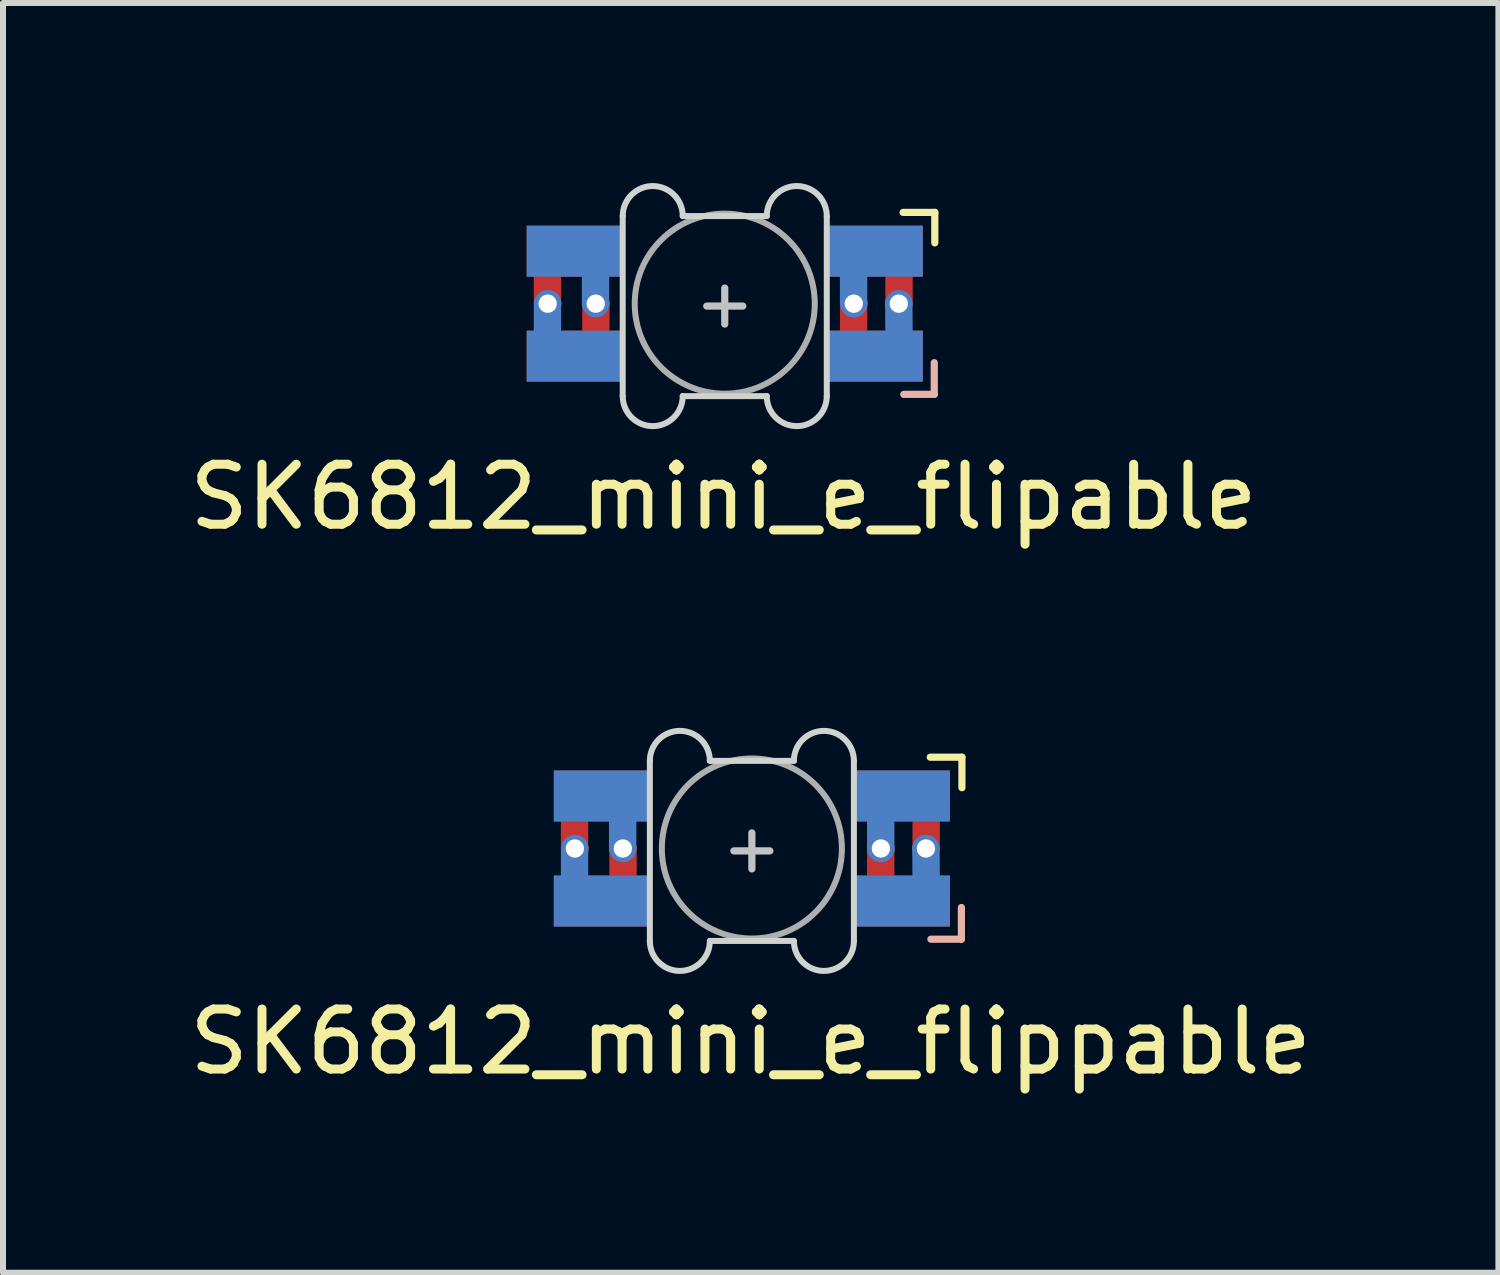
<source format=kicad_pcb>
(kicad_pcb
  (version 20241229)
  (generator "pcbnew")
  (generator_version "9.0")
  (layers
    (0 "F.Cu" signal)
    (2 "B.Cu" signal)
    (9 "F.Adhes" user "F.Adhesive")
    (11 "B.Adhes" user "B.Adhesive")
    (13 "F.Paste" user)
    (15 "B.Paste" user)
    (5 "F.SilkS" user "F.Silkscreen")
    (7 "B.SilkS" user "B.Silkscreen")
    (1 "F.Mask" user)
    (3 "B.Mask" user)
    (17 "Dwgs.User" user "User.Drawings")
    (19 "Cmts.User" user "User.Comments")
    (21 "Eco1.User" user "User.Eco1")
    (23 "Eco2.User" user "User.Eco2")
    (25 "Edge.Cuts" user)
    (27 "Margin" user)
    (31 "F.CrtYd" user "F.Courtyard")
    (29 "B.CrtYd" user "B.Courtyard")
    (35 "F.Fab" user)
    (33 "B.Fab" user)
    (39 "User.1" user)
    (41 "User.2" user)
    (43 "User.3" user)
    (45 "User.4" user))
  (footprint "SK6812_mini_e_flippable"
    (layer "F.Cu")
    (at 9.478 10.988)
    (property "Reference" "SK6812_mini_e_flippable" (at -0.02 3.32 0) (layer "F.SilkS") (effects (font (size 1 1) (thickness 0.15))))
    (attr through_hole)
    (fp_poly (pts (xy -3.25 -1.15) (xy -1.75 -1.15) (xy -1.75 -0.4) (xy -3.25 -0.4)) (stroke (width 0.1) (type solid)) (fill yes) (layer "F.Mask"))
    (fp_poly (pts (xy -3.25 0.6) (xy -1.75 0.6) (xy -1.75 1.35) (xy -3.25 1.35)) (stroke (width 0.1) (type solid)) (fill yes) (layer "F.Mask"))
    (fp_poly (pts (xy 1.75 -1.15) (xy 3.25 -1.15) (xy 3.25 -0.4) (xy 1.75 -0.4)) (stroke (width 0.1) (type solid)) (fill yes) (layer "F.Mask"))
    (fp_poly (pts (xy 1.75 0.6) (xy 3.25 0.6) (xy 3.25 1.35) (xy 1.75 1.35)) (stroke (width 0.1) (type solid)) (fill yes) (layer "F.Mask"))
    (fp_poly (pts (xy -3.25 -1.15) (xy -1.75 -1.15) (xy -1.75 -0.4) (xy -3.25 -0.4)) (stroke (width 0.1) (type solid)) (fill yes) (layer "B.Mask"))
    (fp_poly (pts (xy -3.25 0.6) (xy -1.75 0.6) (xy -1.75 1.35) (xy -3.25 1.35)) (stroke (width 0.1) (type solid)) (fill yes) (layer "B.Mask"))
    (fp_poly (pts (xy 1.75 -1.15) (xy 3.25 -1.15) (xy 3.25 -0.4) (xy 1.75 -0.4)) (stroke (width 0.1) (type solid)) (fill yes) (layer "B.Mask"))
    (fp_poly (pts (xy 1.75 0.6) (xy 3.25 0.6) (xy 3.25 1.35) (xy 1.75 1.35)) (stroke (width 0.1) (type solid)) (fill yes) (layer "B.Mask"))
    (fp_line (start 3.5 -1.421) (end 2.972 -1.421) (stroke (width 0.12) (type solid)) (layer "F.SilkS"))
    (fp_line (start 3.5 -0.913) (end 3.5 -1.421) (stroke (width 0.12) (type solid)) (layer "F.SilkS"))
    (fp_line (start 2.983 1.611) (end 3.491 1.611) (stroke (width 0.12) (type solid)) (layer "B.SilkS"))
    (fp_line (start 3.491 1.611) (end 3.491 1.083) (stroke (width 0.12) (type solid)) (layer "B.SilkS"))
    (fp_line (start -0.3 0.14) (end 0.3 0.14) (stroke (width 0.12) (type solid)) (layer "Dwgs.User"))
    (fp_line (start 0 0.44) (end 0 -0.16) (stroke (width 0.12) (type solid)) (layer "Dwgs.User"))
    (fp_line (start -1.7 -1.36) (end -1.7 1.64) (stroke (width 0.1) (type solid)) (layer "Edge.Cuts"))
    (fp_line (start -0.7 -1.36) (end 0.7 -1.36) (stroke (width 0.1) (type solid)) (layer "Edge.Cuts"))
    (fp_line (start -0.7 1.64) (end 0.7 1.64) (stroke (width 0.1) (type solid)) (layer "Edge.Cuts"))
    (fp_line (start 1.7 1.64) (end 1.7 -1.36) (stroke (width 0.1) (type solid)) (layer "Edge.Cuts"))
    (fp_arc (start -1.7 -1.36) (mid -1.2 -1.86) (end -0.7 -1.36) (stroke (width 0.1) (type solid)) (layer "Edge.Cuts"))
    (fp_arc (start -0.7 1.64) (mid -1.2 2.14) (end -1.7 1.64) (stroke (width 0.1) (type solid)) (layer "Edge.Cuts"))
    (fp_arc (start 0.7 -1.36) (mid 1.2 -1.86) (end 1.7 -1.36) (stroke (width 0.1) (type solid)) (layer "Edge.Cuts"))
    (fp_arc (start 1.7 1.64) (mid 1.2 2.14) (end 0.7 1.64) (stroke (width 0.1) (type solid)) (layer "Edge.Cuts"))
    (fp_circle (center 0 0.1) (end 0 -1.4) (stroke (width 0.1) (type solid)) (fill no) (layer "F.Fab"))
    (pad "1" smd custom (at -2.5 -0.775) (size 1.6 0.85) (layers "B.Cu") (options (anchor rect)) (primitives (gr_poly (pts (xy 0.525 0.896) (xy 0.169 0.896) (xy 0.169 0.325) (xy 0.525 0.325)) (width 0.1) (fill yes))))
    (pad "1" smd custom (at -2.5 0.975) (size 1.6 0.85) (layers "F.Cu") (options (anchor rect)) (primitives (gr_poly (pts (xy 0.531 -0.898) (xy 0.531 -0.275) (xy 0.175 -0.275) (xy 0.175 -0.898)) (width 0.1) (fill yes))))
    (pad "1" thru_hole circle (at -2.15 0.1 180) (size 0.457 0.457) (drill 0.305) (layers "*.Cu"))
    (pad "2" thru_hole circle (at -2.95 0.1 180) (size 0.457 0.457) (drill 0.305) (layers "*.Cu"))
    (pad "2" smd custom (at -2.5 -0.775 180) (size 1.6 0.85) (layers "F.Cu") (options (anchor rect)) (primitives (gr_poly (pts (xy 0.632 -0.869) (xy 0.632 -0.296) (xy 0.277 -0.296) (xy 0.277 -0.869)) (width 0.1) (fill yes))))
    (pad "2" smd custom (at -2.5 0.975 180) (size 1.6 0.85) (layers "B.Cu") (options (anchor rect)) (primitives (gr_poly (pts (xy 0.632 0.888) (xy 0.277 0.888) (xy 0.277 0.325) (xy 0.632 0.325)) (width 0.1) (fill yes))))
    (pad "3" smd custom (at 2.5 -0.775 180) (size 1.6 0.85) (layers "F.Cu") (options (anchor rect)) (primitives (gr_poly (pts (xy -0.226 -0.887) (xy -0.226 -0.354) (xy -0.582 -0.354) (xy -0.582 -0.887)) (width 0.1) (fill yes))))
    (pad "3" smd custom (at 2.5 0.975 180) (size 1.6 0.85) (layers "B.Cu") (options (anchor rect)) (primitives (gr_poly (pts (xy -0.222 0.888) (xy -0.578 0.888) (xy -0.582 0.325) (xy -0.226 0.325)) (width 0.1) (fill yes))))
    (pad "3" thru_hole circle (at 2.9 0.1 180) (size 0.457 0.457) (drill 0.305) (layers "*.Cu"))
    (pad "4" thru_hole circle (at 2.15 0.1 180) (size 0.457 0.457) (drill 0.305) (layers "*.Cu"))
    (pad "4" smd custom (at 2.5 -0.775) (size 1.6 0.85) (layers "B.Cu") (options (anchor rect)) (primitives (gr_poly (pts (xy -0.175 0.886) (xy -0.531 0.886) (xy -0.531 0.175) (xy -0.175 0.175)) (width 0.1) (fill yes))))
    (pad "4" smd custom (at 2.5 0.975) (size 1.6 0.85) (layers "F.Cu") (options (anchor rect)) (primitives (gr_poly (pts (xy -0.175 -0.906) (xy -0.175 -0.175) (xy -0.531 -0.178) (xy -0.531 -0.903)) (width 0.1) (fill yes)))))
  (footprint "SK6812_mini_e_flipable"
    (layer "F.Cu")
    (at 9.026 1.91)
    (property "Reference" "SK6812_mini_e_flipable" (at -0.02 3.32 0) (layer "F.SilkS") (effects (font (size 1 1) (thickness 0.15))))
    (attr through_hole)
    (fp_poly (pts (xy -3.25 -1.15) (xy -1.75 -1.15) (xy -1.75 -0.4) (xy -3.25 -0.4)) (stroke (width 0.1) (type solid)) (fill yes) (layer "F.Mask"))
    (fp_poly (pts (xy -3.25 0.6) (xy -1.75 0.6) (xy -1.75 1.35) (xy -3.25 1.35)) (stroke (width 0.1) (type solid)) (fill yes) (layer "F.Mask"))
    (fp_poly (pts (xy 1.75 -1.15) (xy 3.25 -1.15) (xy 3.25 -0.4) (xy 1.75 -0.4)) (stroke (width 0.1) (type solid)) (fill yes) (layer "F.Mask"))
    (fp_poly (pts (xy 1.75 0.6) (xy 3.25 0.6) (xy 3.25 1.35) (xy 1.75 1.35)) (stroke (width 0.1) (type solid)) (fill yes) (layer "F.Mask"))
    (fp_poly (pts (xy -3.25 -1.15) (xy -1.75 -1.15) (xy -1.75 -0.4) (xy -3.25 -0.4)) (stroke (width 0.1) (type solid)) (fill yes) (layer "B.Mask"))
    (fp_poly (pts (xy -3.25 0.6) (xy -1.75 0.6) (xy -1.75 1.35) (xy -3.25 1.35)) (stroke (width 0.1) (type solid)) (fill yes) (layer "B.Mask"))
    (fp_poly (pts (xy 1.75 -1.15) (xy 3.25 -1.15) (xy 3.25 -0.4) (xy 1.75 -0.4)) (stroke (width 0.1) (type solid)) (fill yes) (layer "B.Mask"))
    (fp_poly (pts (xy 1.75 0.6) (xy 3.25 0.6) (xy 3.25 1.35) (xy 1.75 1.35)) (stroke (width 0.1) (type solid)) (fill yes) (layer "B.Mask"))
    (fp_line (start 3.5 -1.421) (end 2.972 -1.421) (stroke (width 0.12) (type solid)) (layer "F.SilkS"))
    (fp_line (start 3.5 -0.913) (end 3.5 -1.421) (stroke (width 0.12) (type solid)) (layer "F.SilkS"))
    (fp_line (start 2.983 1.611) (end 3.491 1.611) (stroke (width 0.12) (type solid)) (layer "B.SilkS"))
    (fp_line (start 3.491 1.611) (end 3.491 1.083) (stroke (width 0.12) (type solid)) (layer "B.SilkS"))
    (fp_line (start -0.3 0.14) (end 0.3 0.14) (stroke (width 0.12) (type solid)) (layer "Dwgs.User"))
    (fp_line (start 0 0.44) (end 0 -0.16) (stroke (width 0.12) (type solid)) (layer "Dwgs.User"))
    (fp_line (start -1.7 -1.36) (end -1.7 1.64) (stroke (width 0.1) (type solid)) (layer "Edge.Cuts"))
    (fp_line (start -0.7 -1.36) (end 0.7 -1.36) (stroke (width 0.1) (type solid)) (layer "Edge.Cuts"))
    (fp_line (start -0.7 1.64) (end 0.7 1.64) (stroke (width 0.1) (type solid)) (layer "Edge.Cuts"))
    (fp_line (start 1.7 1.64) (end 1.7 -1.36) (stroke (width 0.1) (type solid)) (layer "Edge.Cuts"))
    (fp_arc (start -1.7 -1.36) (mid -1.2 -1.86) (end -0.7 -1.36) (stroke (width 0.1) (type solid)) (layer "Edge.Cuts"))
    (fp_arc (start -0.7 1.64) (mid -1.2 2.14) (end -1.7 1.64) (stroke (width 0.1) (type solid)) (layer "Edge.Cuts"))
    (fp_arc (start 0.7 -1.36) (mid 1.2 -1.86) (end 1.7 -1.36) (stroke (width 0.1) (type solid)) (layer "Edge.Cuts"))
    (fp_arc (start 1.7 1.64) (mid 1.2 2.14) (end 0.7 1.64) (stroke (width 0.1) (type solid)) (layer "Edge.Cuts"))
    (fp_circle (center 0 0.1) (end 0 -1.4) (stroke (width 0.1) (type solid)) (fill no) (layer "F.Fab"))
    (pad "1" smd custom (at -2.5 -0.775) (size 1.6 0.85) (layers "B.Cu") (options (anchor rect)) (primitives (gr_poly (pts (xy 0.525 0.896) (xy 0.169 0.896) (xy 0.169 0.325) (xy 0.525 0.325)) (width 0.1) (fill yes))))
    (pad "1" smd custom (at -2.5 0.975) (size 1.6 0.85) (layers "F.Cu") (options (anchor rect)) (primitives (gr_poly (pts (xy 0.531 -0.898) (xy 0.531 -0.275) (xy 0.175 -0.275) (xy 0.175 -0.898)) (width 0.1) (fill yes))))
    (pad "1" thru_hole circle (at -2.15 0.1 180) (size 0.457 0.457) (drill 0.305) (layers "*.Cu"))
    (pad "2" thru_hole circle (at -2.95 0.1 180) (size 0.457 0.457) (drill 0.305) (layers "*.Cu"))
    (pad "2" smd custom (at -2.5 -0.775 180) (size 1.6 0.85) (layers "F.Cu") (options (anchor rect)) (primitives (gr_poly (pts (xy 0.632 -0.869) (xy 0.632 -0.296) (xy 0.277 -0.296) (xy 0.277 -0.869)) (width 0.1) (fill yes))))
    (pad "2" smd custom (at -2.5 0.975 180) (size 1.6 0.85) (layers "B.Cu") (options (anchor rect)) (primitives (gr_poly (pts (xy 0.632 0.888) (xy 0.277 0.888) (xy 0.277 0.325) (xy 0.632 0.325)) (width 0.1) (fill yes))))
    (pad "3" smd custom (at 2.5 -0.775 180) (size 1.6 0.85) (layers "F.Cu") (options (anchor rect)) (primitives (gr_poly (pts (xy -0.226 -0.887) (xy -0.226 -0.354) (xy -0.582 -0.354) (xy -0.582 -0.887)) (width 0.1) (fill yes))))
    (pad "3" smd custom (at 2.5 0.975 180) (size 1.6 0.85) (layers "B.Cu") (options (anchor rect)) (primitives (gr_poly (pts (xy -0.222 0.888) (xy -0.578 0.888) (xy -0.582 0.325) (xy -0.226 0.325)) (width 0.1) (fill yes))))
    (pad "3" thru_hole circle (at 2.9 0.1 180) (size 0.457 0.457) (drill 0.305) (layers "*.Cu"))
    (pad "4" thru_hole circle (at 2.15 0.1 180) (size 0.457 0.457) (drill 0.305) (layers "*.Cu"))
    (pad "4" smd custom (at 2.5 -0.775) (size 1.6 0.85) (layers "B.Cu") (options (anchor rect)) (primitives (gr_poly (pts (xy -0.175 0.886) (xy -0.531 0.886) (xy -0.531 0.175) (xy -0.175 0.175)) (width 0.1) (fill yes))))
    (pad "4" smd custom (at 2.5 0.975) (size 1.6 0.85) (layers "F.Cu") (options (anchor rect)) (primitives (gr_poly (pts (xy -0.175 -0.906) (xy -0.175 -0.175) (xy -0.531 -0.178) (xy -0.531 -0.903)) (width 0.1) (fill yes)))))
  (gr_rect
    (start -3 -3)
    (end 21.917 18.157)
    (stroke (width 0.1) (type default))
    (fill no)
    (layer "Edge.Cuts")))
</source>
